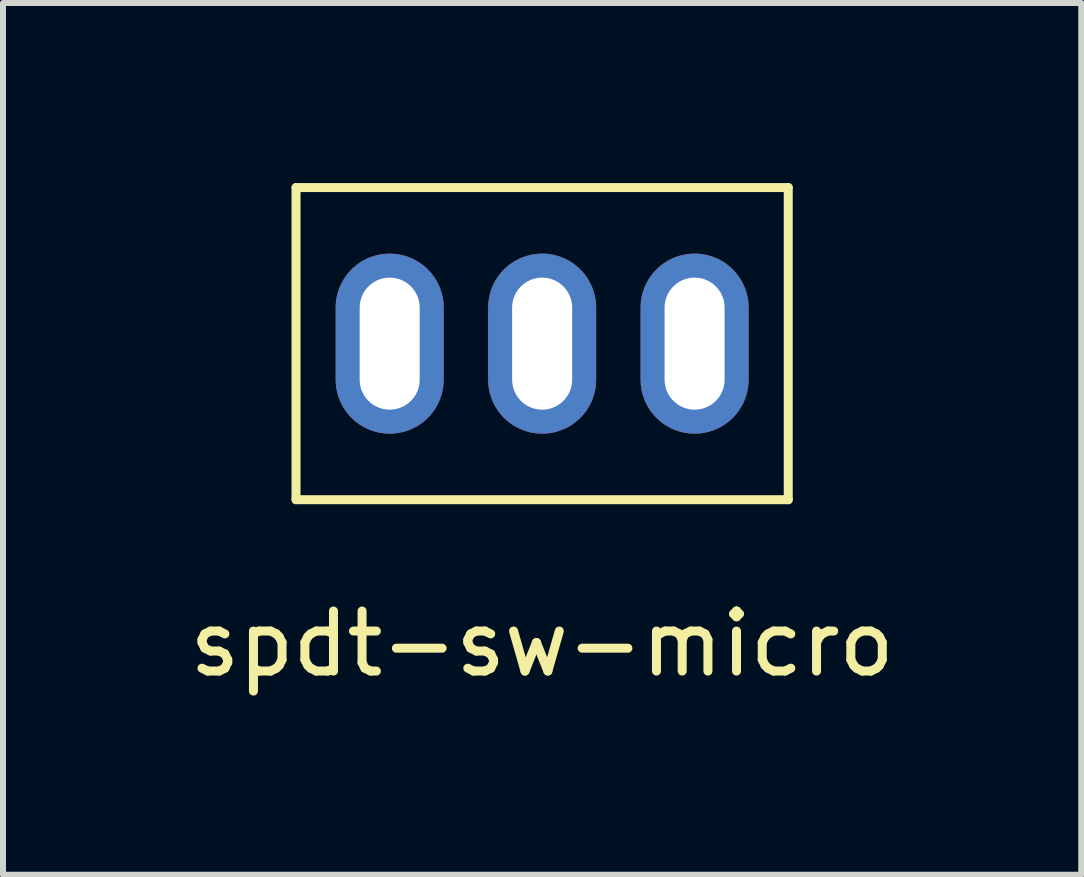
<source format=kicad_pcb>
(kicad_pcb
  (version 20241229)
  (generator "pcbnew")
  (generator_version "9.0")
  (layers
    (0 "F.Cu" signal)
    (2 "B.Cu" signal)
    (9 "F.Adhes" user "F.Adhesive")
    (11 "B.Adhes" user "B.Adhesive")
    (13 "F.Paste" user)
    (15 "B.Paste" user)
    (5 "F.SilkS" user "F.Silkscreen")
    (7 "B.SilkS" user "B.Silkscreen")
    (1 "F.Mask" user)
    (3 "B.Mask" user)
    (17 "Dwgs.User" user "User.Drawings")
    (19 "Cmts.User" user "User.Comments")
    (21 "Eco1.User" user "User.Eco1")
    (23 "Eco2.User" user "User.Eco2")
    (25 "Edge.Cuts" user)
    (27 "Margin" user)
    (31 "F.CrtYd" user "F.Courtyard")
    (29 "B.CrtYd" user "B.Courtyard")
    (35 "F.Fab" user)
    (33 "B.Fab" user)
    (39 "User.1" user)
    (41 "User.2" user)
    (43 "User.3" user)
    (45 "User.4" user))
  (footprint "spdt-sw-micro"
    (layer "F.Cu")
    (at 5.982 2.675)
    (property "Reference" "spdt-sw-micro" (at 0 5 0) (layer "F.SilkS") (effects (font (size 1 1) (thickness 0.15))))
    (attr through_hole)
    (fp_line (start -4.1 -2.6) (end -4.1 2.6) (stroke (width 0.15) (type solid)) (layer "F.SilkS"))
    (fp_line (start -4.1 2.6) (end 4.1 2.6) (stroke (width 0.15) (type solid)) (layer "F.SilkS"))
    (fp_line (start 4.1 -2.6) (end -4.1 -2.6) (stroke (width 0.15) (type solid)) (layer "F.SilkS"))
    (fp_line (start 4.1 2.6) (end 4.1 -2.6) (stroke (width 0.15) (type solid)) (layer "F.SilkS"))
    (pad "1" thru_hole oval (at -2.54 0) (size 1.8 3) (drill oval 1 2.2) (layers "*.Cu" "*.Mask"))
    (pad "2" thru_hole oval (at 0 0) (size 1.8 3) (drill oval 1 2.2) (layers "*.Cu" "*.Mask"))
    (pad "3" thru_hole oval (at 2.54 0) (size 1.8 3) (drill oval 1 2.2) (layers "*.Cu" "*.Mask")))
  (gr_rect
    (start -3 -3)
    (end 14.964 11.523)
    (stroke (width 0.1) (type default))
    (fill no)
    (layer "Edge.Cuts")))
</source>
